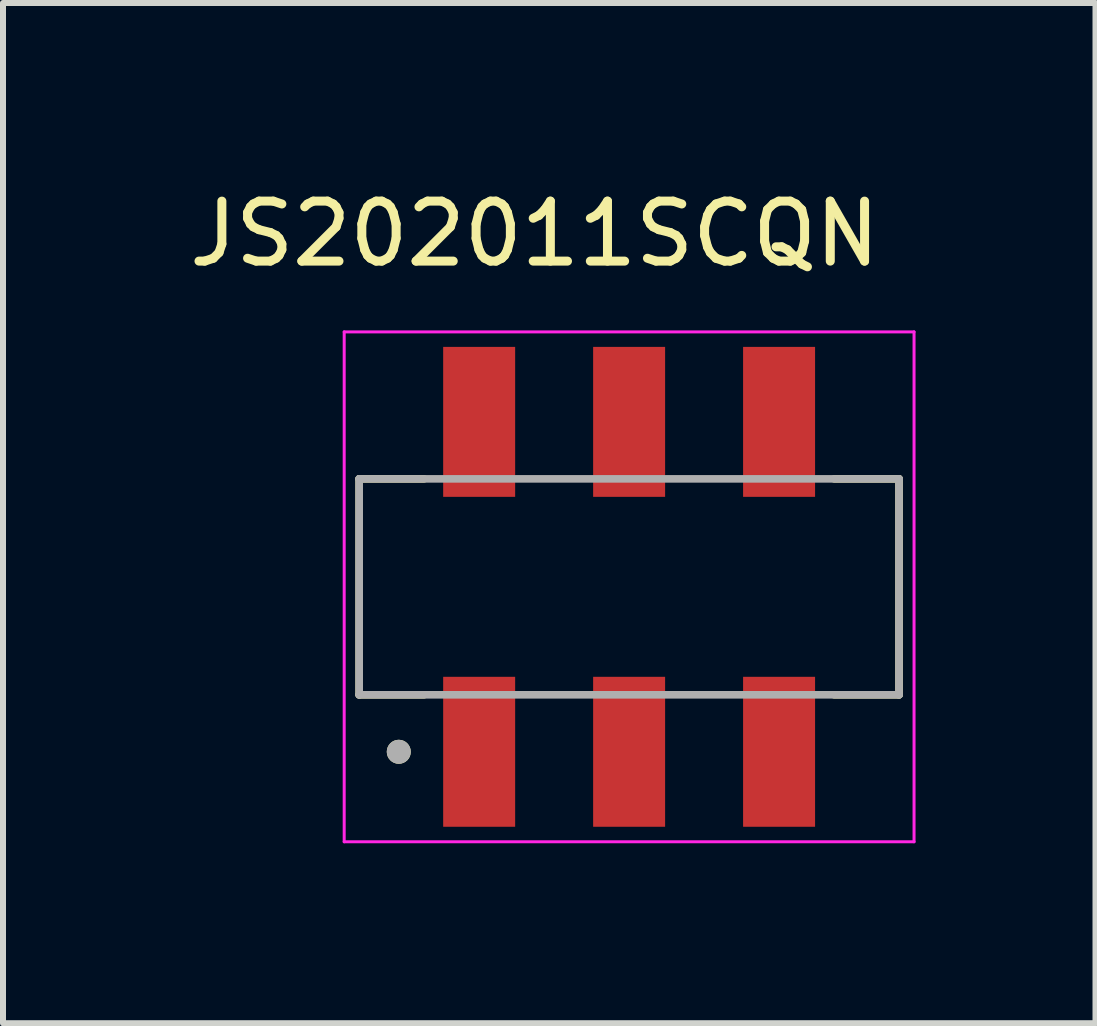
<source format=kicad_pcb>
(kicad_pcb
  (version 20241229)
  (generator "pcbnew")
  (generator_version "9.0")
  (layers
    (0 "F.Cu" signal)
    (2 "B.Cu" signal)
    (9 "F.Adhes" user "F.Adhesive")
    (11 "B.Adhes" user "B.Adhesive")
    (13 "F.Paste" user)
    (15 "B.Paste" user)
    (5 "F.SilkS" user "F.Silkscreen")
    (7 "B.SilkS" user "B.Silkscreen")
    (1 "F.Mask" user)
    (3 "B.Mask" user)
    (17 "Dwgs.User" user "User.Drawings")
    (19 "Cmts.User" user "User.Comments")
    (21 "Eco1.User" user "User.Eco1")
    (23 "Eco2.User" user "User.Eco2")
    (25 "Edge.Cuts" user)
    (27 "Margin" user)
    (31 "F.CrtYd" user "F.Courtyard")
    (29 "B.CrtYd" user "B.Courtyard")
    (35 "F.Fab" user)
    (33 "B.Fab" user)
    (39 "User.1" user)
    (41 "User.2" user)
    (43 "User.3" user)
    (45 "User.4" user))
  (footprint "JS202011SCQN"
    (layer "F.Cu")
    (at 7.438 6.733)
    (property "Reference" "JS202011SCQN" (at -1.575 -5.885 0) (layer "F.SilkS") (effects (font (size 1 1) (thickness 0.15))))
    (attr smd)
    (fp_line (start -4.5 -1.8) (end -4.5 1.8) (stroke (width 0.127) (type solid)) (layer "F.SilkS"))
    (fp_line (start -4.5 1.8) (end -3.42 1.8) (stroke (width 0.127) (type solid)) (layer "F.SilkS"))
    (fp_line (start -3.42 -1.8) (end -4.5 -1.8) (stroke (width 0.127) (type solid)) (layer "F.SilkS"))
    (fp_line (start 3.42 1.8) (end 4.5 1.8) (stroke (width 0.127) (type solid)) (layer "F.SilkS"))
    (fp_line (start 4.5 -1.8) (end 3.42 -1.8) (stroke (width 0.127) (type solid)) (layer "F.SilkS"))
    (fp_line (start 4.5 1.8) (end 4.5 -1.8) (stroke (width 0.127) (type solid)) (layer "F.SilkS"))
    (fp_circle (center -3.84 2.75) (end -3.74 2.75) (stroke (width 0.2) (type solid)) (fill no) (layer "F.SilkS"))
    (fp_line (start -4.75 -4.25) (end -4.75 4.25) (stroke (width 0.05) (type solid)) (layer "F.CrtYd"))
    (fp_line (start -4.75 4.25) (end 4.75 4.25) (stroke (width 0.05) (type solid)) (layer "F.CrtYd"))
    (fp_line (start 4.75 -4.25) (end -4.75 -4.25) (stroke (width 0.05) (type solid)) (layer "F.CrtYd"))
    (fp_line (start 4.75 4.25) (end 4.75 -4.25) (stroke (width 0.05) (type solid)) (layer "F.CrtYd"))
    (fp_line (start -4.5 -1.8) (end -4.5 1.8) (stroke (width 0.127) (type solid)) (layer "F.Fab"))
    (fp_line (start -4.5 1.8) (end 4.5 1.8) (stroke (width 0.127) (type solid)) (layer "F.Fab"))
    (fp_line (start 4.5 -1.8) (end -4.5 -1.8) (stroke (width 0.127) (type solid)) (layer "F.Fab"))
    (fp_line (start 4.5 1.8) (end 4.5 -1.8) (stroke (width 0.127) (type solid)) (layer "F.Fab"))
    (fp_circle (center -3.84 2.75) (end -3.74 2.75) (stroke (width 0.2) (type solid)) (fill no) (layer "F.Fab"))
    (pad "1" smd rect (at -2.5 2.75) (size 1.2 2.5) (layers "F.Cu" "F.Mask" "F.Paste"))
    (pad "2" smd rect (at 0 2.75) (size 1.2 2.5) (layers "F.Cu" "F.Mask" "F.Paste"))
    (pad "3" smd rect (at 2.5 2.75) (size 1.2 2.5) (layers "F.Cu" "F.Mask" "F.Paste"))
    (pad "4" smd rect (at -2.5 -2.75) (size 1.2 2.5) (layers "F.Cu" "F.Mask" "F.Paste"))
    (pad "5" smd rect (at 0 -2.75) (size 1.2 2.5) (layers "F.Cu" "F.Mask" "F.Paste"))
    (pad "6" smd rect (at 2.5 -2.75) (size 1.2 2.5) (layers "F.Cu" "F.Mask" "F.Paste")))
  (gr_rect
    (start -3 -3)
    (end 15.213 14.008)
    (stroke (width 0.1) (type default))
    (fill no)
    (layer "Edge.Cuts")))
</source>
